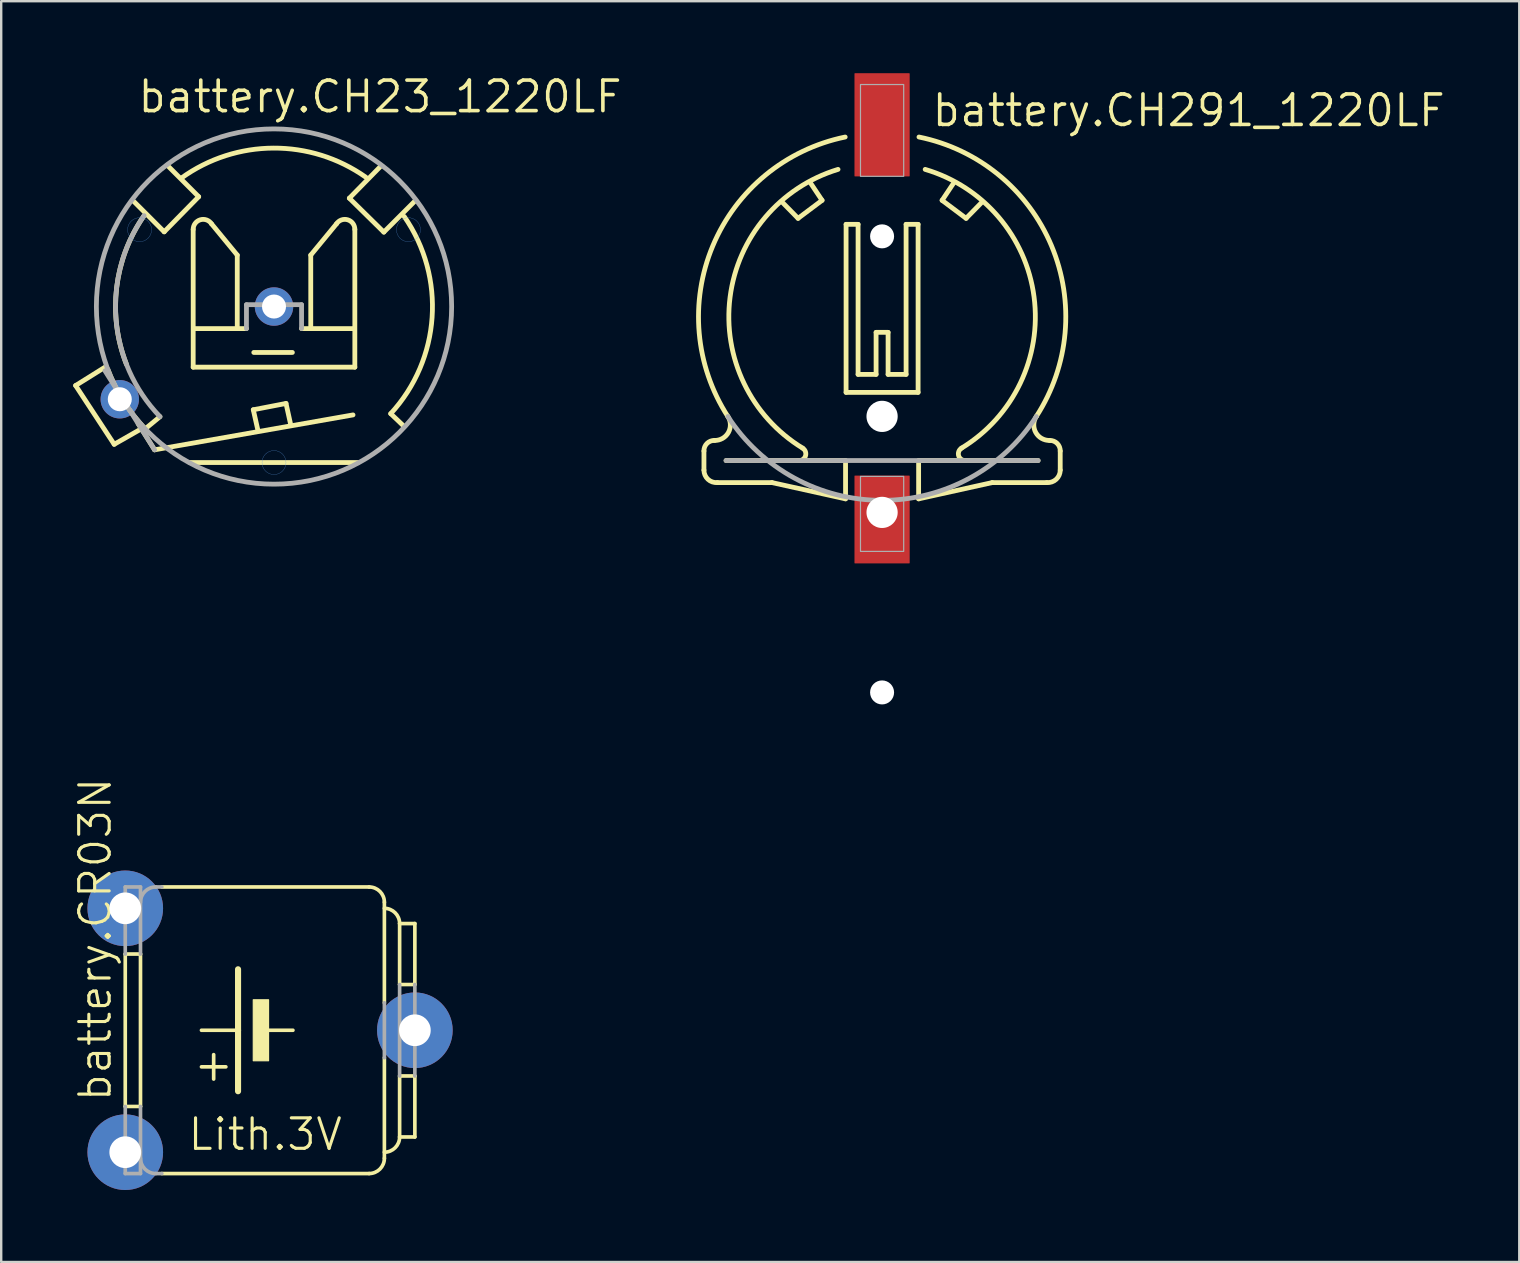
<source format=kicad_pcb>
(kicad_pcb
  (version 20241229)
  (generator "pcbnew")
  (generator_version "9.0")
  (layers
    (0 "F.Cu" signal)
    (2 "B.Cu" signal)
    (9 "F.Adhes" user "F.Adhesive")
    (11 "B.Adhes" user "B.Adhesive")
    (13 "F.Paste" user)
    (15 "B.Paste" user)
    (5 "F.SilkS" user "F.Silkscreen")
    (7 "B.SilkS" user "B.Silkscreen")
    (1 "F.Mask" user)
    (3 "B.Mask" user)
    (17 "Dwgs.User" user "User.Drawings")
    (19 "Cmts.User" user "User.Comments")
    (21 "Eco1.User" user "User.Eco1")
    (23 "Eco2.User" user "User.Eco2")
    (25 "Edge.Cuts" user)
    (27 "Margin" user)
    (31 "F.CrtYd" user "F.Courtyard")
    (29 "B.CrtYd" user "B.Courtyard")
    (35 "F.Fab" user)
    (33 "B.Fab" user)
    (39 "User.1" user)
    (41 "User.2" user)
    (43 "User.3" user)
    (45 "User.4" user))
  (footprint "battery.CH23_1220LF"
    (layer "F.Cu")
    (at 8.365 9.72)
    (property "Reference" "battery.CH23_1220LF" (at -5.75 -8 0) (layer "F.SilkS") (effects (font (size 1.27 1.27) (thickness 0.15)) (justify left bottom)))
    (attr through_hole)
    (fp_line (start -8.265 3.291) (end -7 2.5) (stroke (width 0.2) (type default)) (layer "F.SilkS"))
    (fp_line (start -6.658 5.74) (end -8.265 3.291) (stroke (width 0.2) (type default)) (layer "F.SilkS"))
    (fp_line (start -5.838 -4.375) (end -4.575 -3.112) (stroke (width 0.2) (type default)) (layer "F.SilkS"))
    (fp_line (start -5.587 5.128) (end -6.658 5.74) (stroke (width 0.2) (type default)) (layer "F.SilkS"))
    (fp_line (start -5.325 5.062) (end -4.75 4.588) (stroke (width 0.2) (type default)) (layer "F.SilkS"))
    (fp_line (start -4.975 5.969) (end -5.662 4.875) (stroke (width 0.2) (type default)) (layer "F.SilkS"))
    (fp_line (start -4.575 -3.112) (end -3.138 -4.575) (stroke (width 0.2) (type default)) (layer "F.SilkS"))
    (fp_line (start -3.367 2.526) (end -3.367 -3.214) (stroke (width 0.2) (type default)) (layer "F.SilkS"))
    (fp_line (start -3.367 2.526) (end 3.367 2.526) (stroke (width 0.2) (type default)) (layer "F.SilkS"))
    (fp_line (start -3.138 -4.575) (end -4.438 -5.875) (stroke (width 0.2) (type default)) (layer "F.SilkS"))
    (fp_line (start -2.602 -3.444) (end -1.531 -2.143) (stroke (width 0.2) (type default)) (layer "F.SilkS"))
    (fp_line (start -1.531 -2.143) (end -1.531 0.918) (stroke (width 0.2) (type default)) (layer "F.SilkS"))
    (fp_line (start -1.531 0.918) (end -3.291 0.918) (stroke (width 0.2) (type default)) (layer "F.SilkS"))
    (fp_line (start -1.531 0.918) (end -1.148 0.918) (stroke (width 0.2) (type default)) (layer "F.SilkS"))
    (fp_line (start -0.863 4.3) (end 0.5 4.037) (stroke (width 0.2) (type default)) (layer "F.SilkS"))
    (fp_line (start -0.842 1.913) (end 0.765 1.913) (stroke (width 0.2) (type default)) (layer "F.SilkS"))
    (fp_line (start -0.675 5.138) (end -0.863 4.3) (stroke (width 0.2) (type default)) (layer "F.SilkS"))
    (fp_line (start 0.5 4.037) (end 0.688 4.888) (stroke (width 0.2) (type default)) (layer "F.SilkS"))
    (fp_line (start 1.531 -2.143) (end 1.531 0.918) (stroke (width 0.2) (type default)) (layer "F.SilkS"))
    (fp_line (start 1.531 0.918) (end 1.148 0.918) (stroke (width 0.2) (type default)) (layer "F.SilkS"))
    (fp_line (start 1.531 0.918) (end 3.291 0.918) (stroke (width 0.2) (type default)) (layer "F.SilkS"))
    (fp_line (start 2.602 -3.444) (end 1.531 -2.143) (stroke (width 0.2) (type default)) (layer "F.SilkS"))
    (fp_line (start 3.138 -4.513) (end 4.575 -3.1) (stroke (width 0.2) (type default)) (layer "F.SilkS"))
    (fp_line (start 3.291 4.515) (end -4.975 5.969) (stroke (width 0.2) (type default)) (layer "F.SilkS"))
    (fp_line (start 3.367 2.526) (end 3.367 -3.214) (stroke (width 0.2) (type default)) (layer "F.SilkS"))
    (fp_line (start 3.5 6.5) (end -3.5 6.5) (stroke (width 0.2) (type default)) (layer "F.SilkS"))
    (fp_line (start 4.425 -5.825) (end 3.138 -4.513) (stroke (width 0.2) (type default)) (layer "F.SilkS"))
    (fp_line (start 4.575 -3.1) (end 5.875 -4.4) (stroke (width 0.2) (type default)) (layer "F.SilkS"))
    (fp_line (start 5.412 4.987) (end 4.862 4.463) (stroke (width 0.2) (type default)) (layer "F.SilkS"))
    (fp_arc (start -6.15 2.4) (mid -6.555895 -0.786081) (end -5.4125 -3.7875) (stroke (width 0.2) (type default)) (layer "F.SilkS"))
    (fp_arc (start -5.35 5.1125) (mid -6.263561 3.941918) (end -6.925 2.6125) (stroke (width 0.2) (type default)) (layer "F.SilkS"))
    (fp_arc (start -3.8625 -5.35) (mid -0.024757 -6.600171) (end 3.825 -5.3875) (stroke (width 0.2) (type default)) (layer "F.SilkS"))
    (fp_arc (start -3.367363 -3.214303) (mid -3.070119 -3.613806) (end -2.602053 -3.443894) (stroke (width 0.2) (type default)) (layer "F.SilkS"))
    (fp_arc (start 2.602053 -3.443894) (mid 3.070119 -3.613806) (end 3.367363 -3.214303) (stroke (width 0.2) (type default)) (layer "F.SilkS"))
    (fp_arc (start 5.425 -3.75) (mid 6.585944 0.45503) (end 4.8625 4.4625) (stroke (width 0.2) (type default)) (layer "F.SilkS"))
    (fp_circle (center -5.6 -3.2) (end -5.1 -3.2) (stroke (width 0.01) (type default)) (fill no) (layer "Cmts.User"))
    (fp_circle (center 0 6.5) (end 0.5 6.5) (stroke (width 0.01) (type default)) (fill no) (layer "Cmts.User"))
    (fp_circle (center 5.6 -3.2) (end 6.1 -3.2) (stroke (width 0.01) (type default)) (fill no) (layer "Cmts.User"))
    (fp_line (start -4.975 5.969) (end -7.041 2.679) (stroke (width 0.2) (type default)) (layer "F.Fab"))
    (fp_line (start -1.148 0.918) (end -1.148 -0.077) (stroke (width 0.2) (type default)) (layer "F.Fab"))
    (fp_line (start 1.148 -0.077) (end -1.148 -0.077) (stroke (width 0.2) (type default)) (layer "F.Fab"))
    (fp_line (start 1.148 0.918) (end 1.148 -0.077) (stroke (width 0.2) (type default)) (layer "F.Fab"))
    (fp_arc (start -4.75 4.5875) (mid -6.580194 0.518573) (end -5.4125 -3.7875) (stroke (width 0.2) (type default)) (layer "F.Fab"))
    (fp_circle (center 0 0) (end 7.4 0) (stroke (width 0.2) (type default)) (fill no) (layer "F.Fab"))
    (pad "+" thru_hole circle (at -6.425 3.862) (size 1.6 1.6) (drill 1) (layers "*.Cu" "*.Mask"))
    (pad "-" thru_hole circle (at 0 0) (size 1.6 1.6) (drill 1) (layers "*.Cu" "*.Mask")))
  (footprint "battery.CH291_1220LF"
    (layer "F.Cu")
    (at 33.697 16.296)
    (property "Reference" "battery.CH291_1220LF" (at 2 -14 0) (layer "F.SilkS") (effects (font (size 1.27 1.27) (thickness 0.15)) (justify left bottom)))
    (attr smd)
    (fp_line (start -7.421 -0.559) (end -7.421 0.239) (stroke (width 0.2) (type default)) (layer "F.SilkS"))
    (fp_line (start -6.863 0.758) (end -4.588 0.758) (stroke (width 0.2) (type default)) (layer "F.SilkS"))
    (fp_line (start -6.5 -0.16) (end -1.522 -0.16) (stroke (width 0.2) (type default)) (layer "F.SilkS"))
    (fp_line (start -4.588 0.758) (end -1.522 1.436) (stroke (width 0.2) (type default)) (layer "F.SilkS"))
    (fp_line (start -3.5 -10.25) (end -4.125 -10.887) (stroke (width 0.2) (type default)) (layer "F.SilkS"))
    (fp_line (start -3 -11.75) (end -2.5 -11) (stroke (width 0.2) (type default)) (layer "F.SilkS"))
    (fp_line (start -2.5 -11) (end -3.5 -10.25) (stroke (width 0.2) (type default)) (layer "F.SilkS"))
    (fp_line (start -1.522 1.436) (end -1.522 -0.16) (stroke (width 0.2) (type default)) (layer "F.SilkS"))
    (fp_line (start -1.5 -10) (end -1.5 -3) (stroke (width 0.2) (type default)) (layer "F.SilkS"))
    (fp_line (start -1.5 -3) (end 1.5 -3) (stroke (width 0.2) (type default)) (layer "F.SilkS"))
    (fp_line (start -1 -10) (end -1.5 -10) (stroke (width 0.2) (type default)) (layer "F.SilkS"))
    (fp_line (start -1 -3.75) (end -1 -10) (stroke (width 0.2) (type default)) (layer "F.SilkS"))
    (fp_line (start -0.25 -5.5) (end -0.25 -3.75) (stroke (width 0.2) (type default)) (layer "F.SilkS"))
    (fp_line (start -0.25 -3.75) (end -1 -3.75) (stroke (width 0.2) (type default)) (layer "F.SilkS"))
    (fp_line (start 0.25 -5.5) (end -0.25 -5.5) (stroke (width 0.2) (type default)) (layer "F.SilkS"))
    (fp_line (start 0.25 -3.75) (end 0.25 -5.5) (stroke (width 0.2) (type default)) (layer "F.SilkS"))
    (fp_line (start 1 -10) (end 1 -3.75) (stroke (width 0.2) (type default)) (layer "F.SilkS"))
    (fp_line (start 1 -3.75) (end 0.25 -3.75) (stroke (width 0.2) (type default)) (layer "F.SilkS"))
    (fp_line (start 1.5 -10) (end 1 -10) (stroke (width 0.2) (type default)) (layer "F.SilkS"))
    (fp_line (start 1.5 -3) (end 1.5 -10) (stroke (width 0.2) (type default)) (layer "F.SilkS"))
    (fp_line (start 1.522 -0.16) (end 6.5 -0.16) (stroke (width 0.2) (type default)) (layer "F.SilkS"))
    (fp_line (start 1.522 1.436) (end 1.522 -0.16) (stroke (width 0.2) (type default)) (layer "F.SilkS"))
    (fp_line (start 2.5 -11) (end 3.5 -10.25) (stroke (width 0.2) (type default)) (layer "F.SilkS"))
    (fp_line (start 3 -11.75) (end 2.5 -11) (stroke (width 0.2) (type default)) (layer "F.SilkS"))
    (fp_line (start 3.5 -10.25) (end 4.125 -10.887) (stroke (width 0.2) (type default)) (layer "F.SilkS"))
    (fp_line (start 4.588 0.758) (end 1.522 1.436) (stroke (width 0.2) (type default)) (layer "F.SilkS"))
    (fp_line (start 6.863 0.758) (end 4.588 0.758) (stroke (width 0.2) (type default)) (layer "F.SilkS"))
    (fp_line (start 7.421 -0.559) (end 7.421 0.239) (stroke (width 0.2) (type default)) (layer "F.SilkS"))
    (fp_arc (start -7.4214 -0.5586) (mid -7.295895 -0.871995) (end -6.9825 -0.9975) (stroke (width 0.2) (type default)) (layer "F.SilkS"))
    (fp_arc (start -6.8628 0.7581) (mid -7.255195 0.620544) (end -7.4214 0.2394) (stroke (width 0.2) (type default)) (layer "F.SilkS"))
    (fp_arc (start -6.4239 -1.995) (mid -6.402893 -1.328078) (end -6.9825 -0.9975) (stroke (width 0.2) (type default)) (layer "F.SilkS"))
    (fp_arc (start -6.4239 -1.995) (mid -7.051522 -9.105085) (end -1.5375 -13.6375) (stroke (width 0.2) (type default)) (layer "F.SilkS"))
    (fp_arc (start -3.3117 -0.6783) (mid -3.196159 -0.336335) (end -3.5125 -0.1625) (stroke (width 0.2) (type default)) (layer "F.SilkS"))
    (fp_arc (start -3.3117 -0.6783) (mid -6.333179 -6.961778) (end -1.8354 -12.2892) (stroke (width 0.2) (type default)) (layer "F.SilkS"))
    (fp_arc (start 1.5375 -13.6375) (mid 7.057879 -9.107753) (end 6.4239 -1.995) (stroke (width 0.2) (type default)) (layer "F.SilkS"))
    (fp_arc (start 1.7955 -12.2892) (mid 6.331148 -6.977038) (end 3.3117 -0.6783) (stroke (width 0.2) (type default)) (layer "F.SilkS"))
    (fp_arc (start 3.5 -0.1625) (mid 3.194315 -0.343176) (end 3.3117 -0.6783) (stroke (width 0.2) (type default)) (layer "F.SilkS"))
    (fp_arc (start 6.9825 -0.9975) (mid 6.402893 -1.328078) (end 6.4239 -1.995) (stroke (width 0.2) (type default)) (layer "F.SilkS"))
    (fp_arc (start 6.9825 -0.9975) (mid 7.295895 -0.871995) (end 7.4214 -0.5586) (stroke (width 0.2) (type default)) (layer "F.SilkS"))
    (fp_arc (start 7.4214 0.2394) (mid 7.255195 0.620544) (end 6.8628 0.7581) (stroke (width 0.2) (type default)) (layer "F.SilkS"))
    (fp_line (start -6.5 -0.16) (end 6.5 -0.16) (stroke (width 0.2) (type default)) (layer "F.Fab"))
    (fp_rect (start -0.9 -12) (end 0.9 -15.825) (stroke (width 0.05) (type default)) (fill no) (layer "F.Fab"))
    (fp_rect (start -0.9 3.625) (end 0.9 0.5) (stroke (width 0.05) (type default)) (fill no) (layer "F.Fab"))
    (fp_arc (start 6.4239 -1.995) (mid 0 1.499049) (end -6.4239 -1.995) (stroke (width 0.2) (type default)) (layer "F.Fab"))
    (pad "" np_thru_hole circle (at 0 -9.5) (size 1 1) (drill 1) (layers "*.Cu" "*.Mask"))
    (pad "" np_thru_hole circle (at 0 -2) (size 1.3 1.3) (drill 1.3) (layers "*.Cu" "*.Mask"))
    (pad "" np_thru_hole circle (at 0 2) (size 1.3 1.3) (drill 1.3) (layers "*.Cu" "*.Mask"))
    (pad "" np_thru_hole circle (at 0 9.5) (size 1 1) (drill 1) (layers "*.Cu" "*.Mask"))
    (pad "+" smd roundrect (at 0 2.296) (size 2.3 3.66) (layers "F.Cu" "F.Mask" "F.Paste") (roundrect_rratio 0.01))
    (pad "-" smd roundrect (at 0 -14.146) (size 2.3 4.3) (layers "F.Cu" "F.Mask" "F.Paste") (roundrect_rratio 0.01)))
  (footprint "battery.CR03N"
    (layer "F.Cu")
    (at 7.248 39.87)
    (property "Reference" "battery.CR03N" (at -5.588 3.048 90) (layer "F.SilkS") (effects (font (size 1.27 1.27) (thickness 0.13)) (justify left bottom)))
    (attr through_hole)
    (fp_line (start -5.08 3.175) (end -5.08 -3.175) (stroke (width 0.152) (type default)) (layer "F.SilkS"))
    (fp_line (start -4.445 -3.175) (end -5.08 -3.175) (stroke (width 0.152) (type default)) (layer "F.SilkS"))
    (fp_line (start -4.445 3.175) (end -5.08 3.175) (stroke (width 0.152) (type default)) (layer "F.SilkS"))
    (fp_line (start -4.445 3.175) (end -4.445 -3.175) (stroke (width 0.152) (type default)) (layer "F.SilkS"))
    (fp_line (start -3.556 -5.969) (end 5.08 -5.969) (stroke (width 0.152) (type default)) (layer "F.SilkS"))
    (fp_line (start -3.556 5.969) (end 5.08 5.969) (stroke (width 0.152) (type default)) (layer "F.SilkS"))
    (fp_line (start -1.397 2.032) (end -1.397 1.016) (stroke (width 0.152) (type default)) (layer "F.SilkS"))
    (fp_line (start -0.889 1.524) (end -1.905 1.524) (stroke (width 0.152) (type default)) (layer "F.SilkS"))
    (fp_line (start -0.381 0) (end -1.905 0) (stroke (width 0.152) (type default)) (layer "F.SilkS"))
    (fp_line (start -0.381 0) (end -0.381 -2.54) (stroke (width 0.254) (type default)) (layer "F.SilkS"))
    (fp_line (start -0.381 2.54) (end -0.381 0) (stroke (width 0.254) (type default)) (layer "F.SilkS"))
    (fp_line (start 1.905 0) (end 0.889 0) (stroke (width 0.152) (type default)) (layer "F.SilkS"))
    (fp_line (start 5.715 -1.143) (end 5.715 -5.334) (stroke (width 0.152) (type default)) (layer "F.SilkS"))
    (fp_line (start 5.715 5.334) (end 5.715 1.143) (stroke (width 0.152) (type default)) (layer "F.SilkS"))
    (fp_line (start 6.35 -1.905) (end 6.35 -4.445) (stroke (width 0.152) (type default)) (layer "F.SilkS"))
    (fp_line (start 6.35 1.905) (end 6.35 4.445) (stroke (width 0.152) (type default)) (layer "F.SilkS"))
    (fp_line (start 6.985 -4.445) (end 6.35 -4.445) (stroke (width 0.152) (type default)) (layer "F.SilkS"))
    (fp_line (start 6.985 -1.905) (end 6.35 -1.905) (stroke (width 0.152) (type default)) (layer "F.SilkS"))
    (fp_line (start 6.985 -1.905) (end 6.985 -4.445) (stroke (width 0.152) (type default)) (layer "F.SilkS"))
    (fp_line (start 6.985 1.905) (end 6.35 1.905) (stroke (width 0.152) (type default)) (layer "F.SilkS"))
    (fp_line (start 6.985 1.905) (end 6.985 4.445) (stroke (width 0.152) (type default)) (layer "F.SilkS"))
    (fp_line (start 6.985 4.445) (end 6.35 4.445) (stroke (width 0.152) (type default)) (layer "F.SilkS"))
    (fp_rect (start 0.254 1.27) (end 0.889 -1.27) (stroke (width 0.05) (type default)) (fill yes) (layer "F.SilkS"))
    (fp_arc (start 5.08 -5.969) (mid 5.529013 -5.783013) (end 5.715 -5.334) (stroke (width 0.1524) (type default)) (layer "F.SilkS"))
    (fp_arc (start 5.715 -5.08) (mid 6.164013 -4.894013) (end 6.35 -4.445) (stroke (width 0.1524) (type default)) (layer "F.SilkS"))
    (fp_arc (start 5.715 5.334) (mid 5.529013 5.783013) (end 5.08 5.969) (stroke (width 0.1524) (type default)) (layer "F.SilkS"))
    (fp_arc (start 6.35 4.445) (mid 6.164013 4.894013) (end 5.715 5.08) (stroke (width 0.1524) (type default)) (layer "F.SilkS"))
    (fp_line (start -5.08 -3.175) (end -5.08 -5.969) (stroke (width 0.152) (type default)) (layer "F.Fab"))
    (fp_line (start -5.08 5.969) (end -5.08 3.175) (stroke (width 0.152) (type default)) (layer "F.Fab"))
    (fp_line (start -4.445 -5.969) (end -5.08 -5.969) (stroke (width 0.152) (type default)) (layer "F.Fab"))
    (fp_line (start -4.445 -3.175) (end -4.445 -5.969) (stroke (width 0.152) (type default)) (layer "F.Fab"))
    (fp_line (start -4.445 5.969) (end -5.08 5.969) (stroke (width 0.152) (type default)) (layer "F.Fab"))
    (fp_line (start -4.445 5.969) (end -4.445 3.175) (stroke (width 0.152) (type default)) (layer "F.Fab"))
    (fp_line (start -3.81 -5.969) (end -3.556 -5.969) (stroke (width 0.152) (type default)) (layer "F.Fab"))
    (fp_line (start -3.81 5.969) (end -3.556 5.969) (stroke (width 0.152) (type default)) (layer "F.Fab"))
    (fp_line (start 5.715 -1.143) (end 5.715 1.143) (stroke (width 0.152) (type default)) (layer "F.Fab"))
    (fp_line (start 6.35 1.905) (end 6.35 -1.905) (stroke (width 0.152) (type default)) (layer "F.Fab"))
    (fp_line (start 6.985 1.905) (end 6.985 -1.905) (stroke (width 0.152) (type default)) (layer "F.Fab"))
    (fp_arc (start -4.445 -5.334) (mid -4.259013 -5.783013) (end -3.81 -5.969) (stroke (width 0.1524) (type default)) (layer "F.Fab"))
    (fp_arc (start -3.81 5.969) (mid -4.259013 5.783013) (end -4.445 5.334) (stroke (width 0.1524) (type default)) (layer "F.Fab"))
    (fp_text user "Lith.3V" (at -2.54 5.08 0) (layer "F.SilkS") (effects (font (size 1.27 1.27) (thickness 0.13)) (justify left bottom)))
    (pad "+" thru_hole circle (at -5.08 5.08) (size 3.15 3.15) (drill 1.321) (layers "*.Cu" "*.Mask"))
    (pad "+@1" thru_hole circle (at -5.08 -5.08) (size 3.15 3.15) (drill 1.321) (layers "*.Cu" "*.Mask"))
    (pad "-" thru_hole circle (at 6.985 0) (size 3.15 3.15) (drill 1.321) (layers "*.Cu" "*.Mask")))
  (gr_rect
    (start -3 -3)
    (end 60.242 49.525)
    (stroke (width 0.1) (type default))
    (fill no)
    (layer "Edge.Cuts")))
</source>
